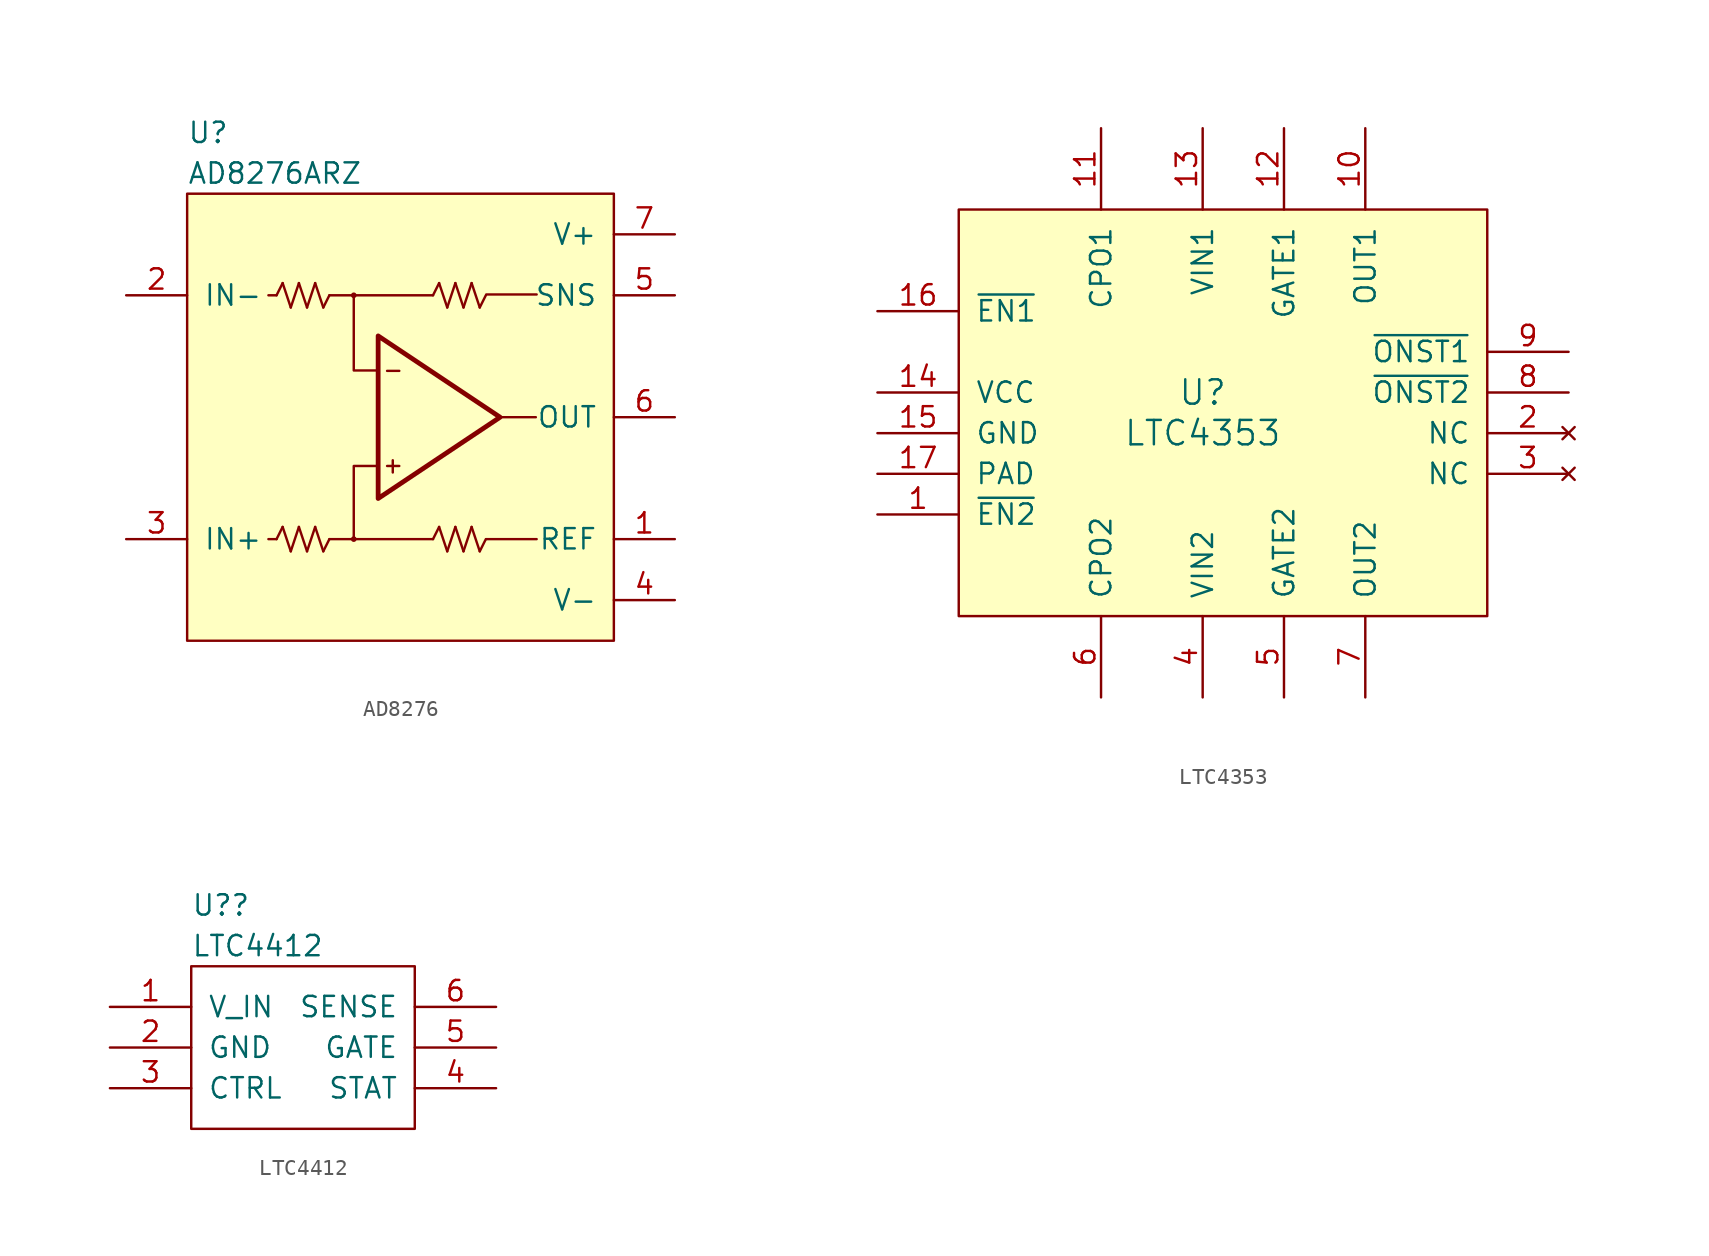
<source format=kicad_sym>
(kicad_symbol_lib
  (version 20220331)
  (generator kicad_symbol_editor)
  (symbol "AD8276"
    (pin_names
      (offset 1.016))
    (property "Reference" "U"
      (at -13.97 17.78 0)
      (effects (font (size 1.27 1.27)) (justify left)))
    (property "Value" "AD8276ARZ"
      (at -13.97 15.24 0)
      (effects (font (size 1.27 1.27)) (justify left)))
    (symbol "AD8276_0_1"
      (rectangle (start -13.97 13.97) (end 12.7 -13.97) (stroke (width 0) (type default)) (fill (type background)))
      (circle (center -3.556 -7.62) (radius 0.102) (stroke (width 0.152) (type default)) (fill (type none)))
      (circle (center -3.556 7.62) (radius 0.102) (stroke (width 0.152) (type default)) (fill (type none)))
      (polyline (pts (xy -8.89 -7.62) (xy -8.382 -7.62)) (stroke (width 0.152) (type default)) (fill (type none)))
      (polyline (pts (xy -8.89 7.62) (xy -8.382 7.62)) (stroke (width 0.152) (type default)) (fill (type none)))
      (polyline (pts (xy -8.382 -7.62) (xy -8.001 -6.858)) (stroke (width 0.152) (type default)) (fill (type none)))
      (polyline (pts (xy -8.382 7.62) (xy -8.001 8.382)) (stroke (width 0.152) (type default)) (fill (type none)))
      (polyline (pts (xy -8.001 -6.858) (xy -7.493 -8.382)) (stroke (width 0.152) (type default)) (fill (type none)))
      (polyline (pts (xy -8.001 8.382) (xy -7.493 6.858)) (stroke (width 0.152) (type default)) (fill (type none)))
      (polyline (pts (xy -7.493 -8.382) (xy -6.985 -6.858)) (stroke (width 0.152) (type default)) (fill (type none)))
      (polyline (pts (xy -7.493 6.858) (xy -6.985 8.382)) (stroke (width 0.152) (type default)) (fill (type none)))
      (polyline (pts (xy -6.985 -6.858) (xy -6.477 -8.382)) (stroke (width 0.152) (type default)) (fill (type none)))
      (polyline (pts (xy -6.985 8.382) (xy -6.477 6.858)) (stroke (width 0.152) (type default)) (fill (type none)))
      (polyline (pts (xy -6.477 -8.382) (xy -5.969 -6.858)) (stroke (width 0.152) (type default)) (fill (type none)))
      (polyline (pts (xy -6.477 6.858) (xy -5.969 8.382)) (stroke (width 0.152) (type default)) (fill (type none)))
      (polyline (pts (xy -5.969 -6.858) (xy -5.461 -8.382)) (stroke (width 0.152) (type default)) (fill (type none)))
      (polyline (pts (xy -5.969 8.382) (xy -5.461 6.858)) (stroke (width 0.152) (type default)) (fill (type none)))
      (polyline (pts (xy -5.461 -8.382) (xy -5.08 -7.62)) (stroke (width 0.152) (type default)) (fill (type none)))
      (polyline (pts (xy -5.461 6.858) (xy -5.08 7.62)) (stroke (width 0.152) (type default)) (fill (type none)))
      (polyline (pts (xy -5.08 -7.62) (xy 1.397 -7.62)) (stroke (width 0.152) (type default)) (fill (type none)))
      (polyline (pts (xy -5.08 7.62) (xy 1.397 7.62)) (stroke (width 0.152) (type default)) (fill (type none)))
      (polyline (pts (xy -1.473 -3.048) (xy -0.711 -3.048)) (stroke (width 0.152) (type default)) (fill (type none)))
      (polyline (pts (xy -1.473 2.896) (xy -0.711 2.896)) (stroke (width 0.152) (type default)) (fill (type none)))
      (polyline (pts (xy -1.118 -3.454) (xy -1.118 -2.692)) (stroke (width 0.152) (type default)) (fill (type none)))
      (polyline (pts (xy 1.397 -7.62) (xy 1.778 -6.858)) (stroke (width 0.152) (type default)) (fill (type none)))
      (polyline (pts (xy 1.397 7.62) (xy 1.778 8.382)) (stroke (width 0.152) (type default)) (fill (type none)))
      (polyline (pts (xy 1.778 -6.858) (xy 2.286 -8.382)) (stroke (width 0.152) (type default)) (fill (type none)))
      (polyline (pts (xy 1.778 8.382) (xy 2.286 6.858)) (stroke (width 0.152) (type default)) (fill (type none)))
      (polyline (pts (xy 2.286 -8.382) (xy 2.794 -6.858)) (stroke (width 0.152) (type default)) (fill (type none)))
      (polyline (pts (xy 2.286 6.858) (xy 2.794 8.382)) (stroke (width 0.152) (type default)) (fill (type none)))
      (polyline (pts (xy 2.794 -6.858) (xy 3.302 -8.382)) (stroke (width 0.152) (type default)) (fill (type none)))
      (polyline (pts (xy 2.794 8.382) (xy 3.302 6.858)) (stroke (width 0.152) (type default)) (fill (type none)))
      (polyline (pts (xy 3.302 -8.382) (xy 3.81 -6.858)) (stroke (width 0.152) (type default)) (fill (type none)))
      (polyline (pts (xy 3.302 6.858) (xy 3.81 8.382)) (stroke (width 0.152) (type default)) (fill (type none)))
      (polyline (pts (xy 3.81 -6.858) (xy 4.318 -8.382)) (stroke (width 0.152) (type default)) (fill (type none)))
      (polyline (pts (xy 3.81 8.382) (xy 4.318 6.858)) (stroke (width 0.152) (type default)) (fill (type none)))
      (polyline (pts (xy 4.318 -8.382) (xy 4.699 -7.62)) (stroke (width 0.152) (type default)) (fill (type none)))
      (polyline (pts (xy 4.318 6.858) (xy 4.699 7.62)) (stroke (width 0.152) (type default)) (fill (type none)))
      (polyline (pts (xy 4.724 -7.62) (xy 7.874 -7.62)) (stroke (width 0.152) (type default)) (fill (type none)))
      (polyline (pts (xy 4.724 7.671) (xy 7.874 7.671)) (stroke (width 0.152) (type default)) (fill (type none)))
      (polyline (pts (xy 5.537 0) (xy 7.823 0)) (stroke (width 0.152) (type default)) (fill (type none)))
      (polyline (pts (xy -3.556 -7.62) (xy -3.556 -3.048) (xy -2.032 -3.048)) (stroke (width 0.152) (type default)) (fill (type none)))
      (polyline (pts (xy -3.556 7.62) (xy -3.556 2.921) (xy -2.032 2.921)) (stroke (width 0.152) (type default)) (fill (type none)))
      (polyline (pts (xy -2.032 -5.08) (xy -2.032 5.08) (xy 5.588 0) (xy -2.032 -5.08)) (stroke (width 0.3) (type default)) (fill (type none))))
    (symbol "AD8276_1_1"
      (pin passive line (at 16.51 -7.62 180) (length 3.81) (name "REF" (effects (font (size 1.27 1.27)))) (number "1" (effects (font (size 1.27 1.27)))))
      (pin passive line (at -17.78 7.62 0) (length 3.81) (name "IN-" (effects (font (size 1.27 1.27)))) (number "2" (effects (font (size 1.27 1.27)))))
      (pin passive line (at -17.78 -7.62 0) (length 3.81) (name "IN+" (effects (font (size 1.27 1.27)))) (number "3" (effects (font (size 1.27 1.27)))))
      (pin power_in line (at 16.51 -11.43 180) (length 3.81) (name "V-" (effects (font (size 1.27 1.27)))) (number "4" (effects (font (size 1.27 1.27)))))
      (pin passive line (at 16.51 7.62 180) (length 3.81) (name "SNS" (effects (font (size 1.27 1.27)))) (number "5" (effects (font (size 1.27 1.27)))))
      (pin output line (at 16.51 0 180) (length 3.81) (name "OUT" (effects (font (size 1.27 1.27)))) (number "6" (effects (font (size 1.27 1.27)))))
      (pin power_in line (at 16.51 11.43 180) (length 3.81) (name "V+" (effects (font (size 1.27 1.27)))) (number "7" (effects (font (size 1.27 1.27)))))
      (pin no_connect line (at -17.78 -11.43 0) (length 3.81) hide (name "NC" (effects (font (size 1.27 1.27)))) (number "8" (effects (font (size 1.27 1.27)))))))
  (symbol "LTC4353"
    (pin_names
      (offset 1.016))
    (property "Reference" "U"
      (at 7.62 3.81 0)
      (effects (font (size 1.524 1.524))))
    (property "Value" "LTC4353"
      (at 7.62 1.27 0)
      (effects (font (size 1.524 1.524))))
    (symbol "LTC4353_0_1"
      (rectangle (start -7.62 15.24) (end 25.4 -10.16) (stroke (width 0) (type default)) (fill (type background))))
    (symbol "LTC4353_1_1"
      (pin power_in line (at -12.7 -3.81 0) (length 5.08) (name "~{EN2}" (effects (font (size 1.27 1.27)))) (number "1" (effects (font (size 1.27 1.27)))))
      (pin input line (at 17.78 20.32 270) (length 5.08) (name "OUT1" (effects (font (size 1.27 1.27)))) (number "10" (effects (font (size 1.27 1.27)))))
      (pin output line (at 1.27 20.32 270) (length 5.08) (name "CPO1" (effects (font (size 1.27 1.27)))) (number "11" (effects (font (size 1.27 1.27)))))
      (pin output line (at 12.7 20.32 270) (length 5.08) (name "GATE1" (effects (font (size 1.27 1.27)))) (number "12" (effects (font (size 1.27 1.27)))))
      (pin input line (at 7.62 20.32 270) (length 5.08) (name "VIN1" (effects (font (size 1.27 1.27)))) (number "13" (effects (font (size 1.27 1.27)))))
      (pin power_in line (at -12.7 3.81 0) (length 5.08) (name "VCC" (effects (font (size 1.27 1.27)))) (number "14" (effects (font (size 1.27 1.27)))))
      (pin power_in line (at -12.7 1.27 0) (length 5.08) (name "GND" (effects (font (size 1.27 1.27)))) (number "15" (effects (font (size 1.27 1.27)))))
      (pin input line (at -12.7 8.89 0) (length 5.08) (name "~{EN1}" (effects (font (size 1.27 1.27)))) (number "16" (effects (font (size 1.27 1.27)))))
      (pin power_in line (at -12.7 -1.27 0) (length 5.08) (name "PAD" (effects (font (size 1.27 1.27)))) (number "17" (effects (font (size 1.27 1.27)))))
      (pin no_connect line (at 30.48 1.27 180) (length 5.08) (name "NC" (effects (font (size 1.27 1.27)))) (number "2" (effects (font (size 1.27 1.27)))))
      (pin no_connect line (at 30.48 -1.27 180) (length 5.08) (name "NC" (effects (font (size 1.27 1.27)))) (number "3" (effects (font (size 1.27 1.27)))))
      (pin input line (at 7.62 -15.24 90) (length 5.08) (name "VIN2" (effects (font (size 1.27 1.27)))) (number "4" (effects (font (size 1.27 1.27)))))
      (pin output line (at 12.7 -15.24 90) (length 5.08) (name "GATE2" (effects (font (size 1.27 1.27)))) (number "5" (effects (font (size 1.27 1.27)))))
      (pin output line (at 1.27 -15.24 90) (length 5.08) (name "CPO2" (effects (font (size 1.27 1.27)))) (number "6" (effects (font (size 1.27 1.27)))))
      (pin input line (at 17.78 -15.24 90) (length 5.08) (name "OUT2" (effects (font (size 1.27 1.27)))) (number "7" (effects (font (size 1.27 1.27)))))
      (pin output line (at 30.48 3.81 180) (length 5.08) (name "~{ONST2}" (effects (font (size 1.27 1.27)))) (number "8" (effects (font (size 1.27 1.27)))))
      (pin output line (at 30.48 6.35 180) (length 5.08) (name "~{ONST1}" (effects (font (size 1.27 1.27)))) (number "9" (effects (font (size 1.27 1.27)))))))
  (symbol "LTC4412"
    (pin_names
      (offset 1.016))
    (property "Reference" "U?"
      (at -6.35 8.89 0)
      (effects (font (size 1.27 1.27)) (justify left)))
    (property "Value" "LTC4412"
      (at -6.35 6.35 0)
      (effects (font (size 1.27 1.27)) (justify left)))
    (symbol "LTC4412_1_0"
      (rectangle (start -6.35 -5.08) (end 7.62 5.08) (stroke (width 0) (type default)) (fill (type none))))
    (symbol "LTC4412_1_1"
      (pin power_in line (at -11.43 2.54 0) (length 5.08) (name "V_IN" (effects (font (size 1.27 1.27)))) (number "1" (effects (font (size 1.27 1.27)))))
      (pin power_in line (at -11.43 0 0) (length 5.08) (name "GND" (effects (font (size 1.27 1.27)))) (number "2" (effects (font (size 1.27 1.27)))))
      (pin input line (at -11.43 -2.54 0) (length 5.08) (name "CTRL" (effects (font (size 1.27 1.27)))) (number "3" (effects (font (size 1.27 1.27)))))
      (pin output line (at 12.7 -2.54 180) (length 5.08) (name "STAT" (effects (font (size 1.27 1.27)))) (number "4" (effects (font (size 1.27 1.27)))))
      (pin output line (at 12.7 0 180) (length 5.08) (name "GATE" (effects (font (size 1.27 1.27)))) (number "5" (effects (font (size 1.27 1.27)))))
      (pin input line (at 12.7 2.54 180) (length 5.08) (name "SENSE" (effects (font (size 1.27 1.27)))) (number "6" (effects (font (size 1.27 1.27))))))))
</source>
